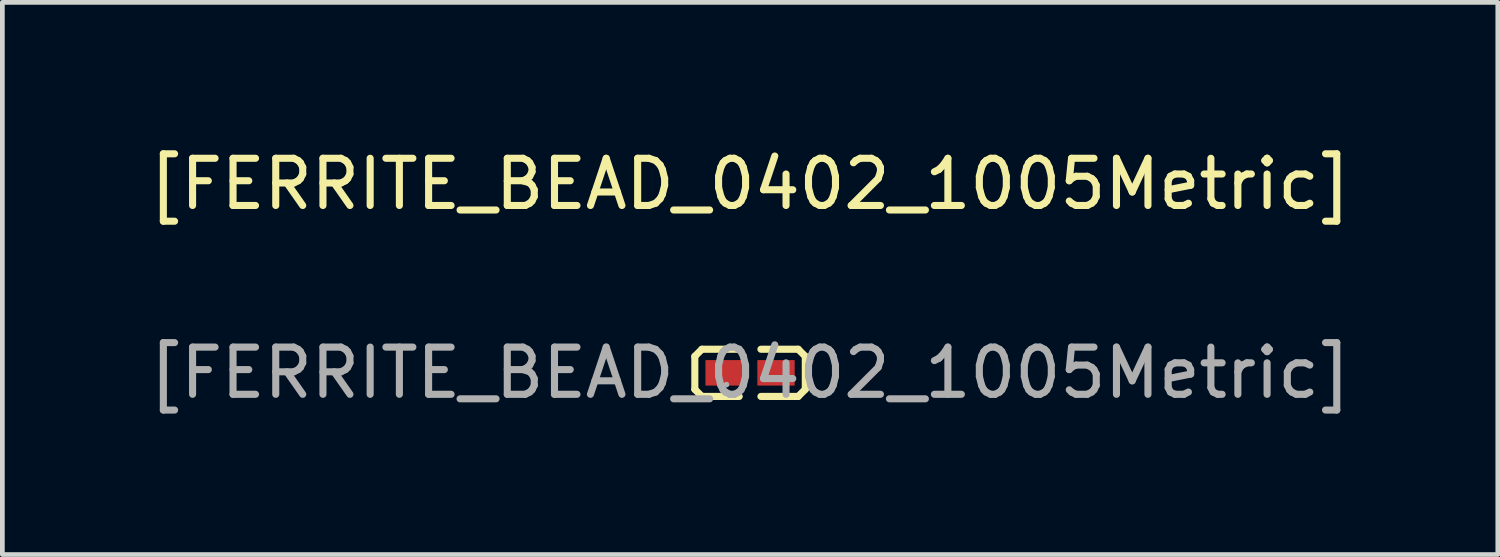
<source format=kicad_pcb>
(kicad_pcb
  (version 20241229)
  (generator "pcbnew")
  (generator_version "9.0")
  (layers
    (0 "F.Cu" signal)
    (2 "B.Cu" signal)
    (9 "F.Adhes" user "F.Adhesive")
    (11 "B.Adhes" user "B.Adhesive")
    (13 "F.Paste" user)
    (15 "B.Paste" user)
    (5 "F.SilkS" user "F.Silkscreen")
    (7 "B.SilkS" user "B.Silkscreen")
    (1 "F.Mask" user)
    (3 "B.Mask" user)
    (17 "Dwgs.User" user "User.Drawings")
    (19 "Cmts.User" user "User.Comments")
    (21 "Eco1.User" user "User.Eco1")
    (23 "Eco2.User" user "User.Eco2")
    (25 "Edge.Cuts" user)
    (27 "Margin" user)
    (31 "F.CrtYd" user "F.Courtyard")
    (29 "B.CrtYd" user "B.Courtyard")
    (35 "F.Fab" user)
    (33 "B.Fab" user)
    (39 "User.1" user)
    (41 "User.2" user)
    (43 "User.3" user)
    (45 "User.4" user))
  (footprint "[FERRITE_BEAD_0402_1005Metric]"
    (layer "F.Cu")
    (at 12.839 4.848)
    (property "Reference" "[FERRITE_BEAD_0402_1005Metric]" (at 0 -4 0) (layer "F.SilkS") (effects (font (size 1 1) (thickness 0.15))))
    (attr smd)
    (fp_line (start -1.17 -0.35) (end -1.02 -0.5) (stroke (width 0.15) (type solid)) (layer "F.SilkS"))
    (fp_line (start -1.17 0.35) (end -1.17 -0.35) (stroke (width 0.15) (type solid)) (layer "F.SilkS"))
    (fp_line (start -1.02 -0.5) (end -0.23 -0.5) (stroke (width 0.15) (type solid)) (layer "F.SilkS"))
    (fp_line (start -1.02 0.5) (end -1.17 0.35) (stroke (width 0.15) (type solid)) (layer "F.SilkS"))
    (fp_line (start -0.23 0.5) (end -1.02 0.5) (stroke (width 0.15) (type solid)) (layer "F.SilkS"))
    (fp_line (start 0.23 0.5) (end 1.02 0.5) (stroke (width 0.15) (type solid)) (layer "F.SilkS"))
    (fp_line (start 1.02 -0.5) (end 0.23 -0.5) (stroke (width 0.15) (type solid)) (layer "F.SilkS"))
    (fp_line (start 1.02 0.5) (end 1.17 0.35) (stroke (width 0.15) (type solid)) (layer "F.SilkS"))
    (fp_line (start 1.17 -0.35) (end 1.02 -0.5) (stroke (width 0.15) (type solid)) (layer "F.SilkS"))
    (fp_line (start 1.17 0.35) (end 1.17 -0.35) (stroke (width 0.15) (type solid)) (layer "F.SilkS"))
    (fp_circle (center -0.5 0.25) (end -0.47 0.25) (stroke (width 0.06) (type solid)) (fill no) (layer "F.Fab"))
    (fp_text user "${REFERENCE}" (at 0 0 0) (layer "F.Fab") (effects (font (size 1 1) (thickness 0.15))))
    (pad "1" smd rect (at -0.55 0) (size 0.79 0.54) (layers "F.Cu" "F.Mask" "F.Paste"))
    (pad "2" smd rect (at 0.55 0) (size 0.79 0.54) (layers "F.Cu" "F.Mask" "F.Paste")))
  (gr_rect
    (start -3 -3)
    (end 28.679 8.697)
    (stroke (width 0.1) (type default))
    (fill no)
    (layer "Edge.Cuts")))
</source>
